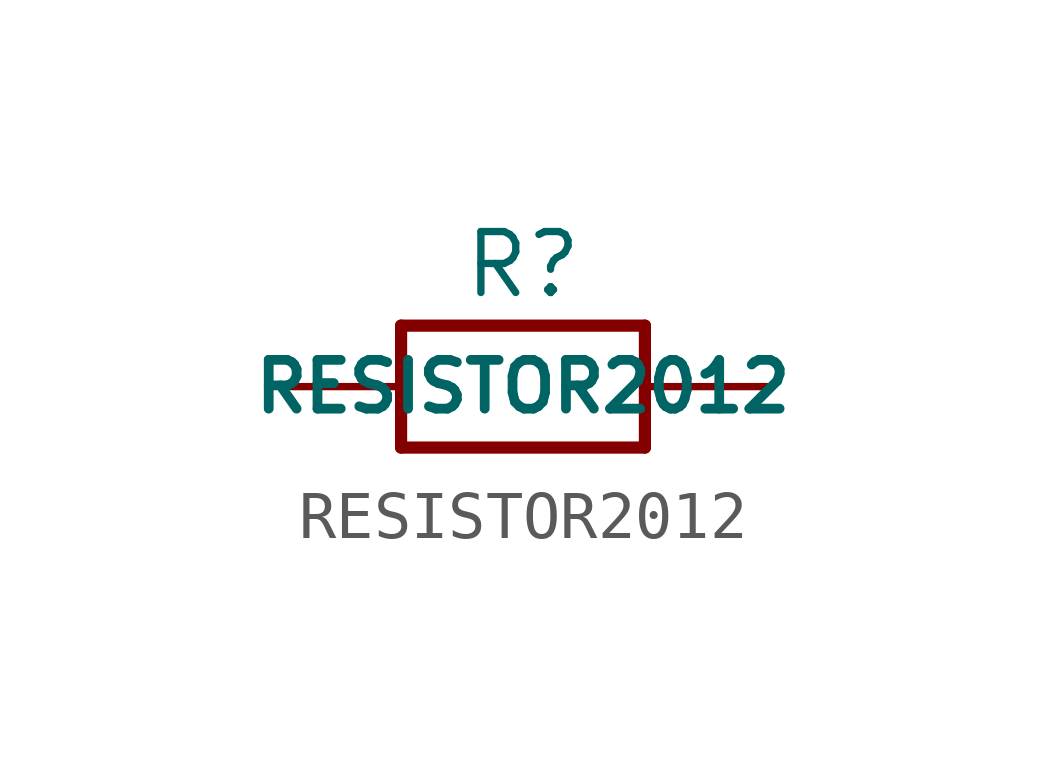
<source format=kicad_sym>
(kicad_symbol_lib
  (version 20201005)
  (generator kicad_symbol_editor)
  (symbol "RESISTOR2012"
    (property "Reference" "R"
      (at 0 2.54 0)
      (effects (font (size 1.27 1.27))))
    (property "Value" "RESISTOR2012"
      (at 0 0 0)
      (effects (font (size 1.016 1.016) bold)))
    (property "ki_locked" ""
      (at 0 0 0)
      (effects (font (size 1.27 1.27))))
    (symbol "RESISTOR2012_1_0"
      (polyline (pts (xy -2.54 -1.27) (xy -2.54 1.27)) (stroke (width 0.254)) (fill (type none)))
      (polyline (pts (xy -2.54 1.27) (xy 2.54 1.27)) (stroke (width 0.254)) (fill (type none)))
      (polyline (pts (xy 2.54 -1.27) (xy -2.54 -1.27)) (stroke (width 0.254)) (fill (type none)))
      (polyline (pts (xy 2.54 1.27) (xy 2.54 -1.27)) (stroke (width 0.254)) (fill (type none)))
      (pin passive line (at -5.08 0 0) (length 2.54) (name "1" (effects (font (size 0 0)))) (number "1" (effects (font (size 0 0)))))
      (pin passive line (at 5.08 0 180) (length 2.54) (name "2" (effects (font (size 0 0)))) (number "2" (effects (font (size 0 0))))))))
</source>
